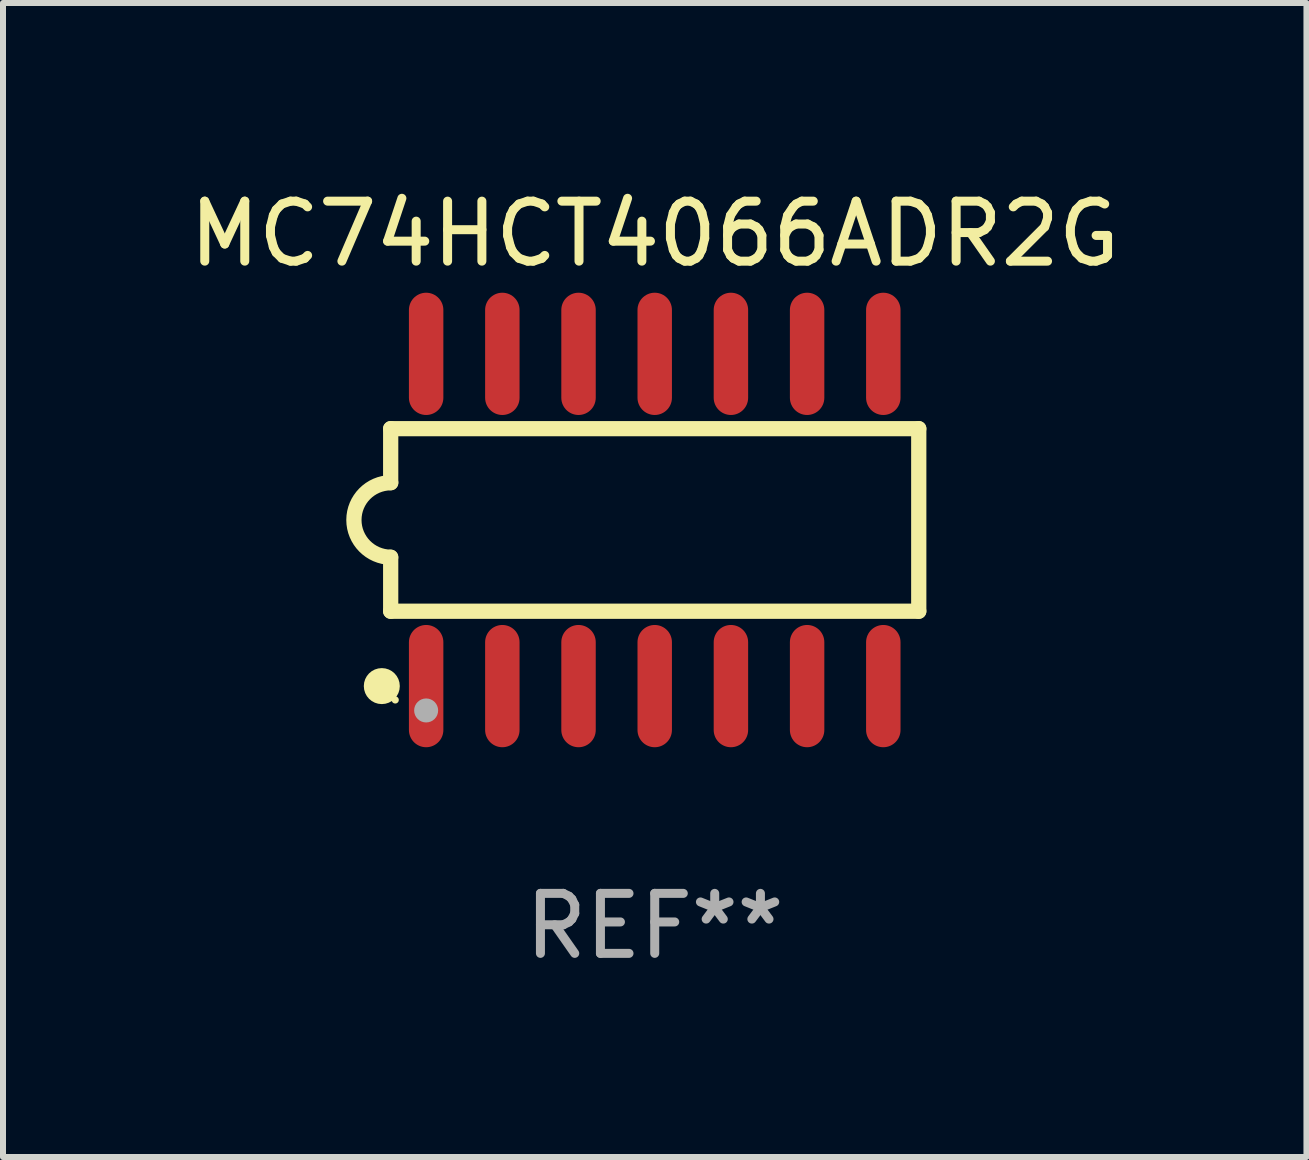
<source format=kicad_pcb>
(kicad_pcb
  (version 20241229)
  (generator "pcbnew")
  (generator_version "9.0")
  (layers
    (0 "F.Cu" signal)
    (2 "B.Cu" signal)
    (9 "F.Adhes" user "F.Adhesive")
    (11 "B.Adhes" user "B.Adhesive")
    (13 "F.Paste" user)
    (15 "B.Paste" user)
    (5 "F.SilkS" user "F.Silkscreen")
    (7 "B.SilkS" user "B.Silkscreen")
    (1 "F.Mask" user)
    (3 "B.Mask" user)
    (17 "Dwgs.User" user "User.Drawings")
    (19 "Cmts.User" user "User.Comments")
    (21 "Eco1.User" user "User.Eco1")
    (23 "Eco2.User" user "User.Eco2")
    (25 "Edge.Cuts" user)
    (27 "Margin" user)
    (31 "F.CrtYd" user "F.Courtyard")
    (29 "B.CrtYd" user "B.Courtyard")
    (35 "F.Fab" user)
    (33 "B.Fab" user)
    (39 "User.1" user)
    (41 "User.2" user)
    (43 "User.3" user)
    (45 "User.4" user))
  (footprint "MC74HCT4066ADR2G"
    (layer "F.Cu")
    (at 7.863 5.617)
    (property "Reference" "MC74HCT4066ADR2G" (at 0 -4.769 0) (layer "F.SilkS") (effects (font (size 1 1) (thickness 0.15))))
    (attr through_hole)
    (fp_line (start -4.401 -1.522) (end -4.401 -0.622) (stroke (width 0.254) (type solid)) (layer "F.SilkS"))
    (fp_line (start -4.401 -1.522) (end 4.401 -1.522) (stroke (width 0.254) (type solid)) (layer "F.SilkS"))
    (fp_line (start -4.401 1.521) (end -4.401 0.621) (stroke (width 0.254) (type solid)) (layer "F.SilkS"))
    (fp_line (start 4.401 -1.522) (end 4.401 1.521) (stroke (width 0.254) (type solid)) (layer "F.SilkS"))
    (fp_line (start 4.401 1.521) (end -4.401 1.521) (stroke (width 0.254) (type solid)) (layer "F.SilkS"))
    (fp_arc (start -4.401219 0.621311) (mid -5.021261 -0.000419) (end -4.400101 -0.621032) (stroke (width 0.254001) (type solid)) (layer "F.SilkS"))
    (fp_circle (center -4.549 2.769) (end -4.399 2.769) (stroke (width 0.3) (type solid)) (fill no) (layer "F.SilkS"))
    (fp_circle (center -4.325 3) (end -4.295 3) (stroke (width 0.06) (type solid)) (fill no) (layer "F.SilkS"))
    (fp_circle (center -3.81 3.175) (end -3.71 3.175) (stroke (width 0.2) (type solid)) (fill no) (layer "F.Fab"))
    (fp_text user "REF**" (at 0 6.769 0) (layer "F.Fab") (effects (font (size 1 1) (thickness 0.15))))
    (pad "1" smd oval (at -3.81 2.769) (size 0.574 2.038) (layers "F.Cu" "F.Mask" "F.Paste"))
    (pad "2" smd oval (at -2.54 2.769) (size 0.574 2.038) (layers "F.Cu" "F.Mask" "F.Paste"))
    (pad "3" smd oval (at -1.27 2.769) (size 0.574 2.038) (layers "F.Cu" "F.Mask" "F.Paste"))
    (pad "4" smd oval (at -0.000051 2.769) (size 0.574 2.038) (layers "F.Cu" "F.Mask" "F.Paste"))
    (pad "5" smd oval (at 1.27 2.769) (size 0.574 2.038) (layers "F.Cu" "F.Mask" "F.Paste"))
    (pad "6" smd oval (at 2.54 2.769) (size 0.574 2.038) (layers "F.Cu" "F.Mask" "F.Paste"))
    (pad "7" smd oval (at 3.81 2.769) (size 0.574 2.038) (layers "F.Cu" "F.Mask" "F.Paste"))
    (pad "8" smd oval (at 3.81 -2.769) (size 0.574 2.038) (layers "F.Cu" "F.Mask" "F.Paste"))
    (pad "9" smd oval (at 2.54 -2.769) (size 0.574 2.038) (layers "F.Cu" "F.Mask" "F.Paste"))
    (pad "10" smd oval (at 1.27 -2.769) (size 0.574 2.038) (layers "F.Cu" "F.Mask" "F.Paste"))
    (pad "11" smd oval (at -0.000051 -2.769) (size 0.574 2.038) (layers "F.Cu" "F.Mask" "F.Paste"))
    (pad "12" smd oval (at -1.27 -2.769) (size 0.574 2.038) (layers "F.Cu" "F.Mask" "F.Paste"))
    (pad "13" smd oval (at -2.54 -2.769) (size 0.574 2.038) (layers "F.Cu" "F.Mask" "F.Paste"))
    (pad "14" smd oval (at -3.81 -2.769) (size 0.574 2.038) (layers "F.Cu" "F.Mask" "F.Paste")))
  (gr_rect
    (start -3 -3)
    (end 18.726 16.235)
    (stroke (width 0.1) (type default))
    (fill no)
    (layer "Edge.Cuts")))
</source>
